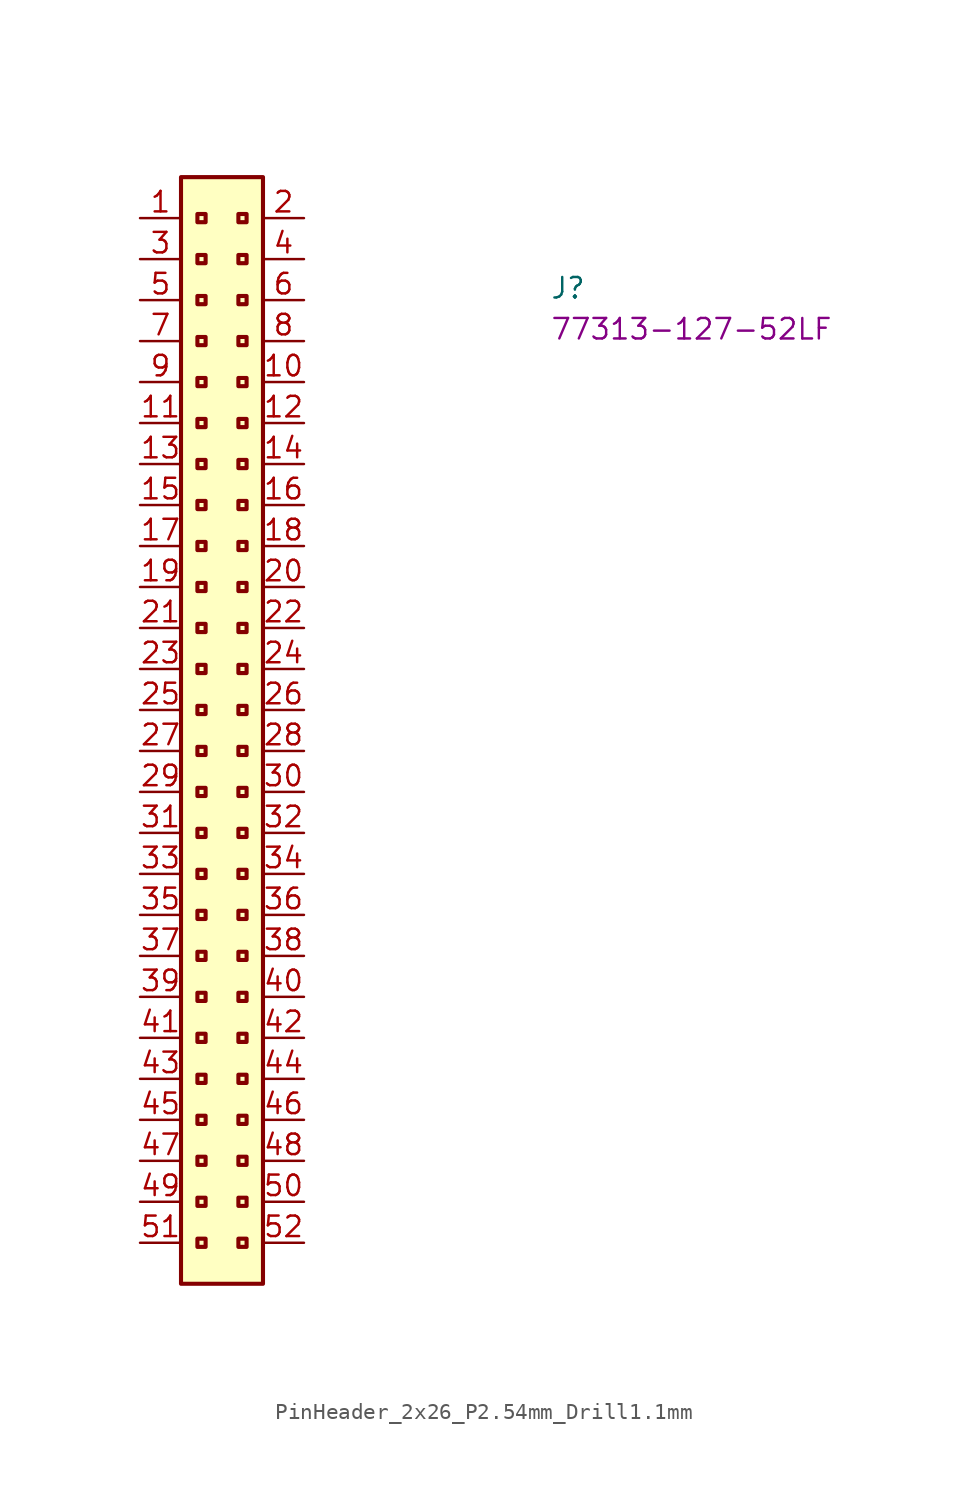
<source format=kicad_sym>
(kicad_symbol_lib
  (version 20220914)
  (generator kicad_symbol_editor)
  (symbol "PinHeader_2x26_P2.54mm_Drill1.1mm"
    (property "Reference" "J"
      (at 25.4 -5.08 0)
      (effects (font (size 1.27 1.27) (thickness 0.15)) (justify left bottom)))
    (property "MPN" "77313-127-52LF"
      (at 25.4 -7.62 0)
      (effects (font (size 1.27 1.27) (thickness 0.15)) (justify left bottom)))
    (symbol "PinHeader_2x26_P2.54mm_Drill1.1mm_1_1"
      (rectangle (start 2.54 2.54) (end 7.62 -66.04) (stroke (width 0.254) (type default)) (fill (type background)))
      (rectangle (start 3.556 -63.246) (end 4.064 -63.754) (stroke (width 0.254) (type default)) (fill (type background)))
      (rectangle (start 3.556 -60.706) (end 4.064 -61.214) (stroke (width 0.254) (type default)) (fill (type background)))
      (rectangle (start 3.556 -58.166) (end 4.064 -58.674) (stroke (width 0.254) (type default)) (fill (type background)))
      (rectangle (start 3.556 -55.626) (end 4.064 -56.134) (stroke (width 0.254) (type default)) (fill (type background)))
      (rectangle (start 3.556 -53.086) (end 4.064 -53.594) (stroke (width 0.254) (type default)) (fill (type background)))
      (rectangle (start 3.556 -50.546) (end 4.064 -51.054) (stroke (width 0.254) (type default)) (fill (type background)))
      (rectangle (start 3.556 -48.006) (end 4.064 -48.514) (stroke (width 0.254) (type default)) (fill (type background)))
      (rectangle (start 3.556 -45.466) (end 4.064 -45.974) (stroke (width 0.254) (type default)) (fill (type background)))
      (rectangle (start 3.556 -42.926) (end 4.064 -43.434) (stroke (width 0.254) (type default)) (fill (type background)))
      (rectangle (start 3.556 -40.386) (end 4.064 -40.894) (stroke (width 0.254) (type default)) (fill (type background)))
      (rectangle (start 3.556 -37.846) (end 4.064 -38.354) (stroke (width 0.254) (type default)) (fill (type background)))
      (rectangle (start 3.556 -35.306) (end 4.064 -35.814) (stroke (width 0.254) (type default)) (fill (type background)))
      (rectangle (start 3.556 -32.766) (end 4.064 -33.274) (stroke (width 0.254) (type default)) (fill (type background)))
      (rectangle (start 3.556 -30.226) (end 4.064 -30.734) (stroke (width 0.254) (type default)) (fill (type background)))
      (rectangle (start 3.556 -27.686) (end 4.064 -28.194) (stroke (width 0.254) (type default)) (fill (type background)))
      (rectangle (start 3.556 -25.146) (end 4.064 -25.654) (stroke (width 0.254) (type default)) (fill (type background)))
      (rectangle (start 3.556 -22.606) (end 4.064 -23.114) (stroke (width 0.254) (type default)) (fill (type background)))
      (rectangle (start 3.556 -20.066) (end 4.064 -20.574) (stroke (width 0.254) (type default)) (fill (type background)))
      (rectangle (start 3.556 -17.526) (end 4.064 -18.034) (stroke (width 0.254) (type default)) (fill (type background)))
      (rectangle (start 3.556 -14.986) (end 4.064 -15.494) (stroke (width 0.254) (type default)) (fill (type background)))
      (rectangle (start 3.556 -12.446) (end 4.064 -12.954) (stroke (width 0.254) (type default)) (fill (type background)))
      (rectangle (start 3.556 -9.906) (end 4.064 -10.414) (stroke (width 0.254) (type default)) (fill (type background)))
      (rectangle (start 3.556 -7.366) (end 4.064 -7.874) (stroke (width 0.254) (type default)) (fill (type background)))
      (rectangle (start 3.556 -4.826) (end 4.064 -5.334) (stroke (width 0.254) (type default)) (fill (type background)))
      (rectangle (start 3.556 -2.286) (end 4.064 -2.794) (stroke (width 0.254) (type default)) (fill (type background)))
      (rectangle (start 3.556 0.254) (end 4.064 -0.254) (stroke (width 0.254) (type default)) (fill (type background)))
      (rectangle (start 6.096 -63.246) (end 6.604 -63.754) (stroke (width 0.254) (type default)) (fill (type background)))
      (rectangle (start 6.096 -60.706) (end 6.604 -61.214) (stroke (width 0.254) (type default)) (fill (type background)))
      (rectangle (start 6.096 -58.166) (end 6.604 -58.674) (stroke (width 0.254) (type default)) (fill (type background)))
      (rectangle (start 6.096 -55.626) (end 6.604 -56.134) (stroke (width 0.254) (type default)) (fill (type background)))
      (rectangle (start 6.096 -53.086) (end 6.604 -53.594) (stroke (width 0.254) (type default)) (fill (type background)))
      (rectangle (start 6.096 -50.546) (end 6.604 -51.054) (stroke (width 0.254) (type default)) (fill (type background)))
      (rectangle (start 6.096 -48.006) (end 6.604 -48.514) (stroke (width 0.254) (type default)) (fill (type background)))
      (rectangle (start 6.096 -45.466) (end 6.604 -45.974) (stroke (width 0.254) (type default)) (fill (type background)))
      (rectangle (start 6.096 -42.926) (end 6.604 -43.434) (stroke (width 0.254) (type default)) (fill (type background)))
      (rectangle (start 6.096 -40.386) (end 6.604 -40.894) (stroke (width 0.254) (type default)) (fill (type background)))
      (rectangle (start 6.096 -37.846) (end 6.604 -38.354) (stroke (width 0.254) (type default)) (fill (type background)))
      (rectangle (start 6.096 -35.306) (end 6.604 -35.814) (stroke (width 0.254) (type default)) (fill (type background)))
      (rectangle (start 6.096 -32.766) (end 6.604 -33.274) (stroke (width 0.254) (type default)) (fill (type background)))
      (rectangle (start 6.096 -30.226) (end 6.604 -30.734) (stroke (width 0.254) (type default)) (fill (type background)))
      (rectangle (start 6.096 -27.686) (end 6.604 -28.194) (stroke (width 0.254) (type default)) (fill (type background)))
      (rectangle (start 6.096 -25.146) (end 6.604 -25.654) (stroke (width 0.254) (type default)) (fill (type background)))
      (rectangle (start 6.096 -22.606) (end 6.604 -23.114) (stroke (width 0.254) (type default)) (fill (type background)))
      (rectangle (start 6.096 -20.066) (end 6.604 -20.574) (stroke (width 0.254) (type default)) (fill (type background)))
      (rectangle (start 6.096 -17.526) (end 6.604 -18.034) (stroke (width 0.254) (type default)) (fill (type background)))
      (rectangle (start 6.096 -14.986) (end 6.604 -15.494) (stroke (width 0.254) (type default)) (fill (type background)))
      (rectangle (start 6.096 -12.446) (end 6.604 -12.954) (stroke (width 0.254) (type default)) (fill (type background)))
      (rectangle (start 6.096 -9.906) (end 6.604 -10.414) (stroke (width 0.254) (type default)) (fill (type background)))
      (rectangle (start 6.096 -7.366) (end 6.604 -7.874) (stroke (width 0.254) (type default)) (fill (type background)))
      (rectangle (start 6.096 -4.826) (end 6.604 -5.334) (stroke (width 0.254) (type default)) (fill (type background)))
      (rectangle (start 6.096 -2.286) (end 6.604 -2.794) (stroke (width 0.254) (type default)) (fill (type background)))
      (rectangle (start 6.096 0.254) (end 6.604 -0.254) (stroke (width 0.254) (type default)) (fill (type background)))
      (text "" (at 2.54 -63.5 0) (effects (font (size 1.27 1.27) (thickness 0.15)) (justify left bottom)))
      (text "" (at 2.54 -60.96 0) (effects (font (size 1.27 1.27) (thickness 0.15)) (justify left bottom)))
      (text "" (at 2.54 -58.42 0) (effects (font (size 1.27 1.27) (thickness 0.15)) (justify left bottom)))
      (text "" (at 2.54 -55.88 0) (effects (font (size 1.27 1.27) (thickness 0.15)) (justify left bottom)))
      (text "" (at 2.54 -53.34 0) (effects (font (size 1.27 1.27) (thickness 0.15)) (justify left bottom)))
      (text "" (at 2.54 -50.8 0) (effects (font (size 1.27 1.27) (thickness 0.15)) (justify left bottom)))
      (text "" (at 2.54 -48.26 0) (effects (font (size 1.27 1.27) (thickness 0.15)) (justify left bottom)))
      (text "" (at 2.54 -43.18 0) (effects (font (size 1.27 1.27) (thickness 0.15)) (justify left bottom)))
      (text "" (at 2.54 -40.64 0) (effects (font (size 1.27 1.27) (thickness 0.15)) (justify left bottom)))
      (text "" (at 2.54 -40.64 0) (effects (font (size 1.27 1.27) (thickness 0.15)) (justify left bottom)))
      (pin passive line (at 0 0 0) (length 2.54) (name "~" (effects (font (size 1.27 1.27)))) (number "1" (effects (font (size 1.27 1.27)))))
      (pin passive line (at 10.16 -10.16 180) (length 2.54) (name "~" (effects (font (size 1.27 1.27)))) (number "10" (effects (font (size 1.27 1.27)))))
      (pin passive line (at 0 -12.7 0) (length 2.54) (name "~" (effects (font (size 1.27 1.27)))) (number "11" (effects (font (size 1.27 1.27)))))
      (pin passive line (at 10.16 -12.7 180) (length 2.54) (name "~" (effects (font (size 1.27 1.27)))) (number "12" (effects (font (size 1.27 1.27)))))
      (pin passive line (at 0 -15.24 0) (length 2.54) (name "~" (effects (font (size 1.27 1.27)))) (number "13" (effects (font (size 1.27 1.27)))))
      (pin passive line (at 10.16 -15.24 180) (length 2.54) (name "~" (effects (font (size 1.27 1.27)))) (number "14" (effects (font (size 1.27 1.27)))))
      (pin passive line (at 0 -17.78 0) (length 2.54) (name "~" (effects (font (size 1.27 1.27)))) (number "15" (effects (font (size 1.27 1.27)))))
      (pin passive line (at 10.16 -17.78 180) (length 2.54) (name "~" (effects (font (size 1.27 1.27)))) (number "16" (effects (font (size 1.27 1.27)))))
      (pin passive line (at 0 -20.32 0) (length 2.54) (name "~" (effects (font (size 1.27 1.27)))) (number "17" (effects (font (size 1.27 1.27)))))
      (pin passive line (at 10.16 -20.32 180) (length 2.54) (name "~" (effects (font (size 1.27 1.27)))) (number "18" (effects (font (size 1.27 1.27)))))
      (pin passive line (at 0 -22.86 0) (length 2.54) (name "~" (effects (font (size 1.27 1.27)))) (number "19" (effects (font (size 1.27 1.27)))))
      (pin passive line (at 10.16 0 180) (length 2.54) (name "~" (effects (font (size 1.27 1.27)))) (number "2" (effects (font (size 1.27 1.27)))))
      (pin passive line (at 10.16 -22.86 180) (length 2.54) (name "~" (effects (font (size 1.27 1.27)))) (number "20" (effects (font (size 1.27 1.27)))))
      (pin passive line (at 0 -25.4 0) (length 2.54) (name "~" (effects (font (size 1.27 1.27)))) (number "21" (effects (font (size 1.27 1.27)))))
      (pin passive line (at 10.16 -25.4 180) (length 2.54) (name "~" (effects (font (size 1.27 1.27)))) (number "22" (effects (font (size 1.27 1.27)))))
      (pin passive line (at 0 -27.94 0) (length 2.54) (name "~" (effects (font (size 1.27 1.27)))) (number "23" (effects (font (size 1.27 1.27)))))
      (pin passive line (at 10.16 -27.94 180) (length 2.54) (name "~" (effects (font (size 1.27 1.27)))) (number "24" (effects (font (size 1.27 1.27)))))
      (pin passive line (at 0 -30.48 0) (length 2.54) (name "~" (effects (font (size 1.27 1.27)))) (number "25" (effects (font (size 1.27 1.27)))))
      (pin passive line (at 10.16 -30.48 180) (length 2.54) (name "~" (effects (font (size 1.27 1.27)))) (number "26" (effects (font (size 1.27 1.27)))))
      (pin passive line (at 0 -33.02 0) (length 2.54) (name "~" (effects (font (size 1.27 1.27)))) (number "27" (effects (font (size 1.27 1.27)))))
      (pin passive line (at 10.16 -33.02 180) (length 2.54) (name "~" (effects (font (size 1.27 1.27)))) (number "28" (effects (font (size 1.27 1.27)))))
      (pin passive line (at 0 -35.56 0) (length 2.54) (name "~" (effects (font (size 1.27 1.27)))) (number "29" (effects (font (size 1.27 1.27)))))
      (pin passive line (at 0 -2.54 0) (length 2.54) (name "~" (effects (font (size 1.27 1.27)))) (number "3" (effects (font (size 1.27 1.27)))))
      (pin passive line (at 10.16 -35.56 180) (length 2.54) (name "~" (effects (font (size 1.27 1.27)))) (number "30" (effects (font (size 1.27 1.27)))))
      (pin passive line (at 0 -38.1 0) (length 2.54) (name "~" (effects (font (size 1.27 1.27)))) (number "31" (effects (font (size 1.27 1.27)))))
      (pin passive line (at 10.16 -38.1 180) (length 2.54) (name "~" (effects (font (size 1.27 1.27)))) (number "32" (effects (font (size 1.27 1.27)))))
      (pin passive line (at 0 -40.64 0) (length 2.54) (name "~" (effects (font (size 1.27 1.27)))) (number "33" (effects (font (size 1.27 1.27)))))
      (pin passive line (at 10.16 -40.64 180) (length 2.54) (name "~" (effects (font (size 1.27 1.27)))) (number "34" (effects (font (size 1.27 1.27)))))
      (pin passive line (at 0 -43.18 0) (length 2.54) (name "~" (effects (font (size 1.27 1.27)))) (number "35" (effects (font (size 1.27 1.27)))))
      (pin passive line (at 10.16 -43.18 180) (length 2.54) (name "~" (effects (font (size 1.27 1.27)))) (number "36" (effects (font (size 1.27 1.27)))))
      (pin passive line (at 0 -45.72 0) (length 2.54) (name "~" (effects (font (size 1.27 1.27)))) (number "37" (effects (font (size 1.27 1.27)))))
      (pin passive line (at 10.16 -45.72 180) (length 2.54) (name "~" (effects (font (size 1.27 1.27)))) (number "38" (effects (font (size 1.27 1.27)))))
      (pin passive line (at 0 -48.26 0) (length 2.54) (name "~" (effects (font (size 1.27 1.27)))) (number "39" (effects (font (size 1.27 1.27)))))
      (pin passive line (at 10.16 -2.54 180) (length 2.54) (name "~" (effects (font (size 1.27 1.27)))) (number "4" (effects (font (size 1.27 1.27)))))
      (pin passive line (at 10.16 -48.26 180) (length 2.54) (name "~" (effects (font (size 1.27 1.27)))) (number "40" (effects (font (size 1.27 1.27)))))
      (pin passive line (at 0 -50.8 0) (length 2.54) (name "~" (effects (font (size 1.27 1.27)))) (number "41" (effects (font (size 1.27 1.27)))))
      (pin passive line (at 10.16 -50.8 180) (length 2.54) (name "~" (effects (font (size 1.27 1.27)))) (number "42" (effects (font (size 1.27 1.27)))))
      (pin passive line (at 0 -53.34 0) (length 2.54) (name "~" (effects (font (size 1.27 1.27)))) (number "43" (effects (font (size 1.27 1.27)))))
      (pin passive line (at 10.16 -53.34 180) (length 2.54) (name "~" (effects (font (size 1.27 1.27)))) (number "44" (effects (font (size 1.27 1.27)))))
      (pin passive line (at 0 -55.88 0) (length 2.54) (name "~" (effects (font (size 1.27 1.27)))) (number "45" (effects (font (size 1.27 1.27)))))
      (pin passive line (at 10.16 -55.88 180) (length 2.54) (name "~" (effects (font (size 1.27 1.27)))) (number "46" (effects (font (size 1.27 1.27)))))
      (pin passive line (at 0 -58.42 0) (length 2.54) (name "~" (effects (font (size 1.27 1.27)))) (number "47" (effects (font (size 1.27 1.27)))))
      (pin passive line (at 10.16 -58.42 180) (length 2.54) (name "~" (effects (font (size 1.27 1.27)))) (number "48" (effects (font (size 1.27 1.27)))))
      (pin passive line (at 0 -60.96 0) (length 2.54) (name "~" (effects (font (size 1.27 1.27)))) (number "49" (effects (font (size 1.27 1.27)))))
      (pin passive line (at 0 -5.08 0) (length 2.54) (name "~" (effects (font (size 1.27 1.27)))) (number "5" (effects (font (size 1.27 1.27)))))
      (pin passive line (at 10.16 -60.96 180) (length 2.54) (name "~" (effects (font (size 1.27 1.27)))) (number "50" (effects (font (size 1.27 1.27)))))
      (pin passive line (at 0 -63.5 0) (length 2.54) (name "~" (effects (font (size 1.27 1.27)))) (number "51" (effects (font (size 1.27 1.27)))))
      (pin passive line (at 10.16 -63.5 180) (length 2.54) (name "~" (effects (font (size 1.27 1.27)))) (number "52" (effects (font (size 1.27 1.27)))))
      (pin passive line (at 10.16 -5.08 180) (length 2.54) (name "~" (effects (font (size 1.27 1.27)))) (number "6" (effects (font (size 1.27 1.27)))))
      (pin passive line (at 0 -7.62 0) (length 2.54) (name "~" (effects (font (size 1.27 1.27)))) (number "7" (effects (font (size 1.27 1.27)))))
      (pin passive line (at 10.16 -7.62 180) (length 2.54) (name "~" (effects (font (size 1.27 1.27)))) (number "8" (effects (font (size 1.27 1.27)))))
      (pin passive line (at 0 -10.16 0) (length 2.54) (name "~" (effects (font (size 1.27 1.27)))) (number "9" (effects (font (size 1.27 1.27))))))))
</source>
